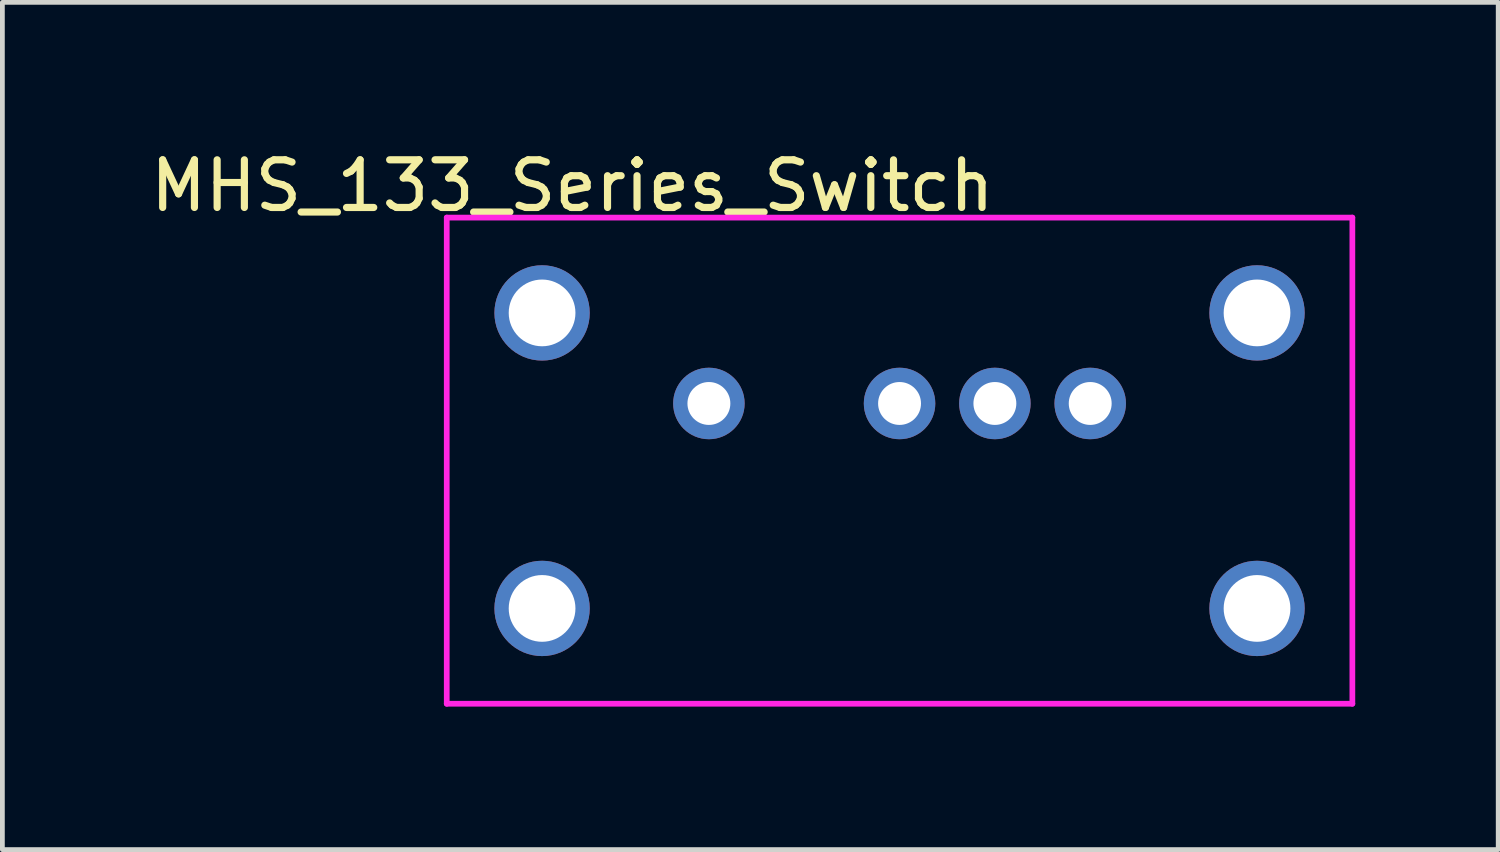
<source format=kicad_pcb>
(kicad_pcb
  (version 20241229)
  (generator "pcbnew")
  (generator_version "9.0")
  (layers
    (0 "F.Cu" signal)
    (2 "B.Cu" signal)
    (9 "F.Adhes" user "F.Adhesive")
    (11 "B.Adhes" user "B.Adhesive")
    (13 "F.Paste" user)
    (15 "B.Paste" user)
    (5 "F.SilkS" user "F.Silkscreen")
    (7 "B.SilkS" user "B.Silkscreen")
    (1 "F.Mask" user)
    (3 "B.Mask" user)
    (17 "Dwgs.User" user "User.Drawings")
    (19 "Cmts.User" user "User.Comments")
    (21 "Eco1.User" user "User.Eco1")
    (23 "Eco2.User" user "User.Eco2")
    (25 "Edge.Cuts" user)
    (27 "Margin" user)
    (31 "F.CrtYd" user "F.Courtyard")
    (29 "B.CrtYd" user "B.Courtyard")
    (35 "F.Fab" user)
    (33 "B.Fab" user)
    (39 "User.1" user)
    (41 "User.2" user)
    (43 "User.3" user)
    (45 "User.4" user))
  (footprint "MHS_133_Series_Switch"
    (layer "F.Cu")
    (at 8.323 3.515)
    (property "Reference" "MHS_133_Series_Switch" (at 0.635 -2.667 0) (layer "F.SilkS") (effects (font (size 1 1) (thickness 0.15))))
    (attr through_hole)
    (fp_line (start -2 -2) (end -2 8.2) (stroke (width 0.12) (type solid)) (layer "F.CrtYd"))
    (fp_line (start -2 8.2) (end 17 8.2) (stroke (width 0.12) (type solid)) (layer "F.CrtYd"))
    (fp_line (start 17 -2) (end -2 -2) (stroke (width 0.12) (type solid)) (layer "F.CrtYd"))
    (fp_line (start 17 8.2) (end 17 -2) (stroke (width 0.12) (type solid)) (layer "F.CrtYd"))
    (pad "" thru_hole circle (at 0 0) (size 2 2) (drill 1.4) (layers "*.Cu" "*.Mask"))
    (pad "" thru_hole circle (at 0 6.2) (size 2 2) (drill 1.4) (layers "*.Cu" "*.Mask"))
    (pad "" thru_hole circle (at 15 0) (size 2 2) (drill 1.4) (layers "*.Cu" "*.Mask"))
    (pad "" thru_hole circle (at 15 6.2) (size 2 2) (drill 1.4) (layers "*.Cu" "*.Mask"))
    (pad "1" thru_hole circle (at 3.5 1.9) (size 1.5 1.5) (drill 0.9) (layers "*.Cu" "*.Mask"))
    (pad "2" thru_hole circle (at 7.5 1.9) (size 1.5 1.5) (drill 0.9) (layers "*.Cu" "*.Mask"))
    (pad "3" thru_hole circle (at 9.5 1.9) (size 1.5 1.5) (drill 0.9) (layers "*.Cu" "*.Mask"))
    (pad "4" thru_hole circle (at 11.5 1.9) (size 1.5 1.5) (drill 0.9) (layers "*.Cu" "*.Mask")))
  (gr_rect
    (start -3 -3)
    (end 28.383 14.775)
    (stroke (width 0.1) (type default))
    (fill no)
    (layer "Edge.Cuts")))
</source>
